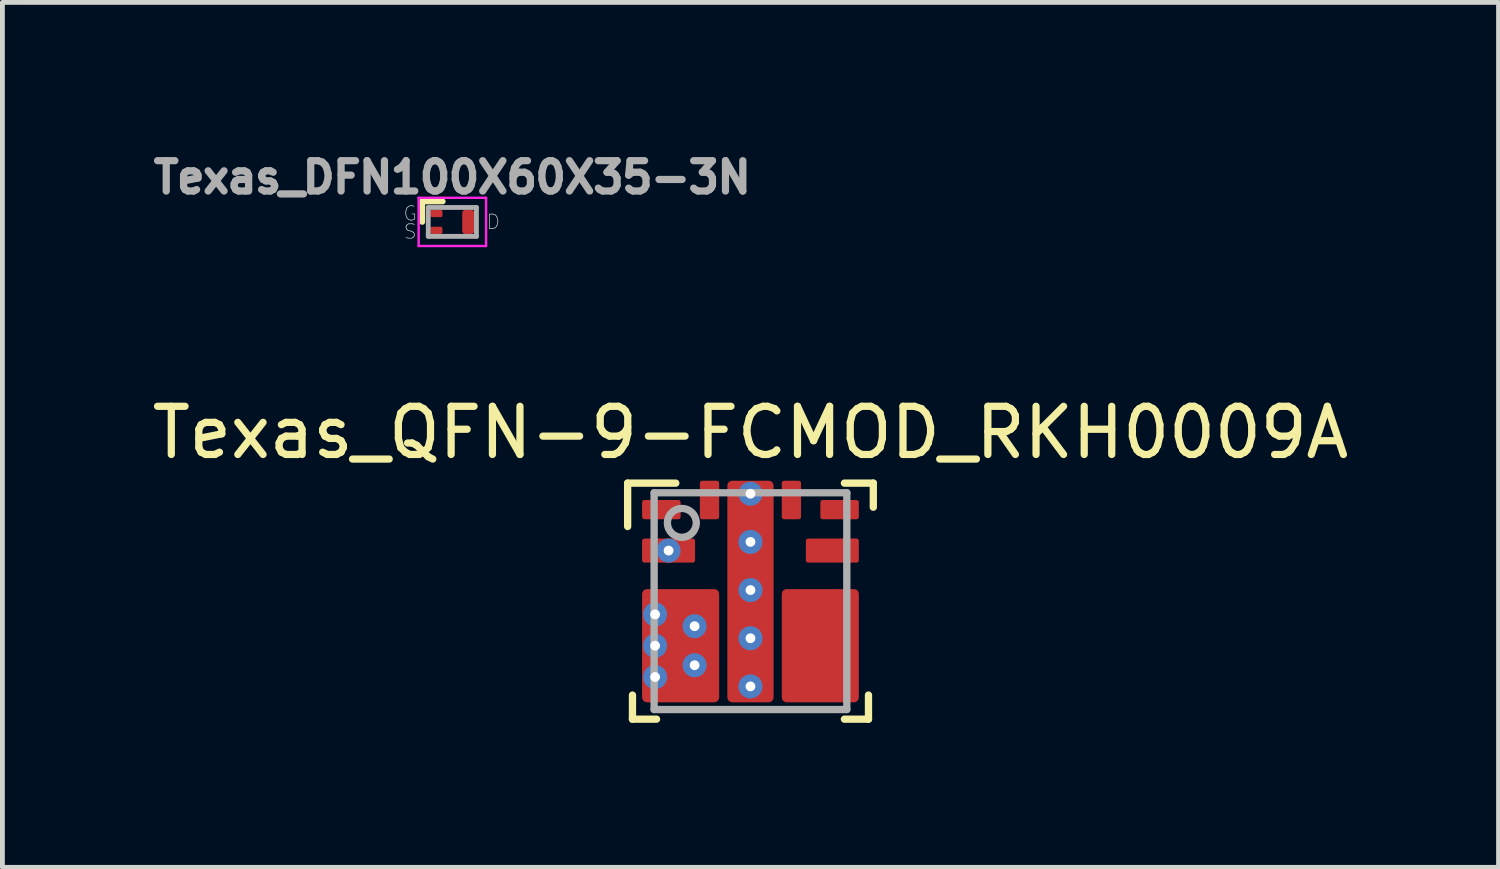
<source format=kicad_pcb>
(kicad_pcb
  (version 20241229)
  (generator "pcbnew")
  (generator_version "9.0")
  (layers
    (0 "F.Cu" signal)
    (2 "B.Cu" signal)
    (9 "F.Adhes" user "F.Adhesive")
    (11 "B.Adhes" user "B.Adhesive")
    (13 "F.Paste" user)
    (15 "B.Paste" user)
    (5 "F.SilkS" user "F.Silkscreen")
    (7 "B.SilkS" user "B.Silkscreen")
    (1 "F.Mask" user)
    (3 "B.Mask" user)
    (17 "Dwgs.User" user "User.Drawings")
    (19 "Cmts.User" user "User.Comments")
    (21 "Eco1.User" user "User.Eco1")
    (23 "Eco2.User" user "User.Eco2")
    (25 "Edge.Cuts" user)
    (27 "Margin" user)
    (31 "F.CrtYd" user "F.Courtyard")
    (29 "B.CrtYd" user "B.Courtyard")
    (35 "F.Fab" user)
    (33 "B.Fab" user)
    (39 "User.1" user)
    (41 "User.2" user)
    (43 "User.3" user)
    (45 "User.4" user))
  (footprint "Texas_DFN100X60X35-3N"
    (layer "F.Cu")
    (at 6.341 1.557)
    (property "Reference" "Texas_DFN100X60X35-3N" (at 0 -0.925 0) (layer "F.Fab") (effects (font (size 0.63 0.63) (thickness 0.15))))
    (attr smd)
    (fp_line (start -0.625 -0.425) (end -0.625 0) (stroke (width 0.12) (type solid)) (layer "F.SilkS"))
    (fp_line (start -0.2 -0.425) (end -0.625 -0.425) (stroke (width 0.12) (type solid)) (layer "F.SilkS"))
    (fp_line (start -0.7 -0.5) (end 0.7 -0.5) (stroke (width 0.05) (type solid)) (layer "F.CrtYd"))
    (fp_line (start -0.7 0.5) (end -0.7 -0.5) (stroke (width 0.05) (type solid)) (layer "F.CrtYd"))
    (fp_line (start 0.7 -0.5) (end 0.7 0.5) (stroke (width 0.05) (type solid)) (layer "F.CrtYd"))
    (fp_line (start 0.7 0.5) (end -0.7 0.5) (stroke (width 0.05) (type solid)) (layer "F.CrtYd"))
    (fp_line (start -0.5 -0.3) (end 0.5 -0.3) (stroke (width 0.1) (type solid)) (layer "F.Fab"))
    (fp_line (start -0.5 0.3) (end -0.5 -0.3) (stroke (width 0.1) (type solid)) (layer "F.Fab"))
    (fp_line (start 0.5 -0.3) (end 0.5 0.3) (stroke (width 0.1) (type solid)) (layer "F.Fab"))
    (fp_line (start 0.5 0.3) (end -0.5 0.3) (stroke (width 0.1) (type solid)) (layer "F.Fab"))
    (fp_text user "S" (at -0.875 0.2 0) (unlocked yes) (layer "Dwgs.User") (effects (font (size 0.3 0.3) (thickness 0.015))))
    (fp_text user "G" (at -0.875 -0.175 0) (unlocked yes) (layer "Dwgs.User") (effects (font (size 0.3 0.3) (thickness 0.015))))
    (fp_text user "D" (at 0.85 0 0) (unlocked yes) (layer "Dwgs.User") (effects (font (size 0.3 0.3) (thickness 0.015))))
    (pad "1" smd roundrect (at -0.33 -0.174) (size 0.25 0.15) (layers "F.Cu" "F.Mask" "F.Paste") (roundrect_rratio 0.25))
    (pad "2" smd roundrect (at -0.33 0.175) (size 0.25 0.15) (layers "F.Cu" "F.Mask" "F.Paste") (roundrect_rratio 0.25))
    (pad "3" smd roundrect (at 0.33 0) (size 0.25 0.5) (layers "F.Cu" "F.Mask" "F.Paste") (roundrect_rratio 0.25)))
  (footprint "Texas_QFN-9-FCMOD_RKH0009A"
    (layer "F.Cu")
    (at 12.53 9.43)
    (property "Reference" "Texas_QFN-9-FCMOD_RKH0009A" (at 0 -3.5 0) (layer "F.SilkS") (effects (font (size 1 1) (thickness 0.15))))
    (attr smd)
    (fp_poly (pts (xy -0.7 2.05) (xy -2.02 2.05) (xy -2.02 1.75) (xy -1.835 1.75) (xy -1.835 1.4) (xy -2.02 1.4) (xy -2.02 1.1) (xy -1.835 1.1) (xy -1.835 0.75) (xy -2.02 0.75) (xy -2.02 0.45) (xy -1.835 0.45) (xy -1.835 0.1) (xy -2.02 0.1) (xy -2.02 -0.2) (xy -0.7 -0.2)) (stroke (width 0) (type solid)) (fill yes) (layer "F.Mask"))
    (fp_poly (pts (xy 0.7 2.05) (xy 2.02 2.05) (xy 2.02 1.75) (xy 1.835 1.75) (xy 1.835 1.4) (xy 2.02 1.4) (xy 2.02 1.1) (xy 1.835 1.1) (xy 1.835 0.75) (xy 2.02 0.75) (xy 2.02 0.45) (xy 1.835 0.45) (xy 1.835 0.1) (xy 2.02 0.1) (xy 2.02 -0.2) (xy 0.7 -0.2)) (stroke (width 0) (type solid)) (fill yes) (layer "F.Mask"))
    (fp_line (start -2.55 -2.45) (end -1.55 -2.45) (stroke (width 0.152) (type solid)) (layer "F.SilkS"))
    (fp_line (start -2.55 -1.55) (end -2.55 -2.45) (stroke (width 0.152) (type solid)) (layer "F.SilkS"))
    (fp_line (start -2.45 2.45) (end -2.45 1.95) (stroke (width 0.152) (type solid)) (layer "F.SilkS"))
    (fp_line (start -2.45 2.45) (end -1.95 2.45) (stroke (width 0.152) (type solid)) (layer "F.SilkS"))
    (fp_line (start 1.95 -2.45) (end 2.55 -2.45) (stroke (width 0.152) (type solid)) (layer "F.SilkS"))
    (fp_line (start 1.95 2.45) (end 2.45 2.45) (stroke (width 0.152) (type solid)) (layer "F.SilkS"))
    (fp_line (start 2.45 2.45) (end 2.45 1.95) (stroke (width 0.152) (type solid)) (layer "F.SilkS"))
    (fp_line (start 2.55 -1.95) (end 2.55 -2.45) (stroke (width 0.152) (type solid)) (layer "F.SilkS"))
    (fp_line (start -2 -2.25) (end 2 -2.25) (stroke (width 0.152) (type solid)) (layer "F.Fab"))
    (fp_line (start -2 2.25) (end -2 -2.25) (stroke (width 0.152) (type solid)) (layer "F.Fab"))
    (fp_line (start -2 2.25) (end 2 2.25) (stroke (width 0.152) (type solid)) (layer "F.Fab"))
    (fp_line (start 2 2.25) (end 2 -2.25) (stroke (width 0.152) (type solid)) (layer "F.Fab"))
    (fp_circle (center -1.425 -1.625) (end -1.125 -1.625) (stroke (width 0.152) (type solid)) (fill no) (layer "F.Fab"))
    (pad "1" smd roundrect (at -1.85 -1.9) (size 0.8 0.4) (layers "F.Cu" "F.Mask" "F.Paste") (roundrect_rratio 0.125))
    (pad "2" thru_hole circle (at -1.7 -1.05) (size 0.5 0.5) (drill 0.203) (layers "*.Cu"))
    (pad "2" smd roundrect (at -1.7 -1.05) (size 1.1 0.5) (layers "F.Cu" "F.Mask" "F.Paste") (roundrect_rratio 0.1))
    (pad "3" smd roundrect (at -2.013 -0.05) (size 0.375 0.3) (layers "F.Cu" "F.Mask" "F.Paste") (roundrect_rratio 0.167))
    (pad "3" smd roundrect (at -2.013 0.6) (size 0.375 0.3) (layers "F.Cu" "F.Mask" "F.Paste") (roundrect_rratio 0.167))
    (pad "3" smd roundrect (at -2.013 1.25) (size 0.375 0.3) (layers "F.Cu" "F.Mask" "F.Paste") (roundrect_rratio 0.167))
    (pad "3" smd roundrect (at -2.013 1.9) (size 0.375 0.3) (layers "F.Cu" "F.Mask" "F.Paste") (roundrect_rratio 0.167))
    (pad "3" thru_hole circle (at -1.98 0.275) (size 0.5 0.5) (drill 0.203) (layers "*.Cu"))
    (pad "3" thru_hole circle (at -1.98 0.925) (size 0.5 0.5) (drill 0.203) (layers "*.Cu"))
    (pad "3" thru_hole circle (at -1.98 1.575) (size 0.5 0.5) (drill 0.203) (layers "*.Cu"))
    (pad "3" smd roundrect (at -1.45 0.925) (size 1.6 2.35) (layers "F.Cu") (roundrect_rratio 0.063))
    (pad "3" smd roundrect (at -1.165 0.115) (size 0.92 0.61) (layers "F.Cu" "F.Mask" "F.Paste") (roundrect_rratio 0.082))
    (pad "3" smd roundrect (at -1.165 0.925) (size 0.92 0.61) (layers "F.Cu" "F.Mask" "F.Paste") (roundrect_rratio 0.082))
    (pad "3" smd roundrect (at -1.165 1.735) (size 0.92 0.61) (layers "F.Cu" "F.Mask" "F.Paste") (roundrect_rratio 0.082))
    (pad "3" thru_hole circle (at -1.16 0.52) (size 0.5 0.5) (drill 0.203) (layers "*.Cu"))
    (pad "3" thru_hole circle (at -1.16 1.33) (size 0.5 0.5) (drill 0.203) (layers "*.Cu"))
    (pad "3" smd roundrect (at 2.013 -0.05) (size 0.375 0.3) (layers "F.Cu" "F.Mask" "F.Paste") (roundrect_rratio 0.167))
    (pad "3" smd roundrect (at 2.013 0.6) (size 0.375 0.3) (layers "F.Cu" "F.Mask" "F.Paste") (roundrect_rratio 0.167))
    (pad "3" smd roundrect (at 2.013 1.25) (size 0.375 0.3) (layers "F.Cu" "F.Mask" "F.Paste") (roundrect_rratio 0.167))
    (pad "3" smd roundrect (at 2.013 1.9) (size 0.375 0.3) (layers "F.Cu" "F.Mask" "F.Paste") (roundrect_rratio 0.167))
    (pad "4" smd roundrect (at 1.165 0.115) (size 0.92 0.61) (layers "F.Cu" "F.Mask" "F.Paste") (roundrect_rratio 0.082))
    (pad "4" smd roundrect (at 1.165 0.925) (size 0.92 0.61) (layers "F.Cu" "F.Mask" "F.Paste") (roundrect_rratio 0.082))
    (pad "4" smd roundrect (at 1.165 1.735) (size 0.92 0.61) (layers "F.Cu" "F.Mask" "F.Paste") (roundrect_rratio 0.082))
    (pad "4" smd roundrect (at 1.45 0.925) (size 1.6 2.35) (layers "F.Cu") (roundrect_rratio 0.063))
    (pad "5" smd roundrect (at 1.7 -1.05) (size 1.1 0.5) (layers "F.Cu" "F.Mask" "F.Paste") (roundrect_rratio 0.1))
    (pad "6" smd roundrect (at 1.85 -1.9) (size 0.8 0.4) (layers "F.Cu" "F.Mask" "F.Paste") (roundrect_rratio 0.125))
    (pad "7" smd roundrect (at 0.85 -2.1 90) (size 0.8 0.4) (layers "F.Cu" "F.Mask" "F.Paste") (roundrect_rratio 0.125))
    (pad "8" thru_hole circle (at 0 -2.23) (size 0.5 0.5) (drill 0.203) (layers "*.Cu"))
    (pad "8" smd roundrect (at 0 -1.95 90) (size 1 0.4) (layers "F.Cu" "F.Mask" "F.Paste") (roundrect_rratio 0.091))
    (pad "8" thru_hole circle (at 0 -1.23) (size 0.5 0.5) (drill 0.203) (layers "*.Cu"))
    (pad "8" thru_hole circle (at 0 -0.23) (size 0.5 0.5) (drill 0.203) (layers "*.Cu"))
    (pad "8" smd roundrect (at 0 -0.2) (size 0.96 4.6) (layers "F.Cu") (roundrect_rratio 0.104))
    (pad "8" thru_hole circle (at 0 0.77) (size 0.5 0.5) (drill 0.203) (layers "*.Cu"))
    (pad "8" thru_hole circle (at 0 1.77) (size 0.5 0.5) (drill 0.203) (layers "*.Cu"))
    (pad "9" smd roundrect (at -0.85 -2.1 90) (size 0.8 0.4) (layers "F.Cu" "F.Mask" "F.Paste") (roundrect_rratio 0.125))
    (zone (net_name "") (layer "F.Cu") (hatch edge 0.508) (connect_pads) (min_thickness 0.254) (filled_areas_thickness no) (fill) (polygon (pts (xy 10.655 9.23) (xy 10.705 9.28) (xy 10.705 9.48) (xy 10.655 9.53) (xy 10.38 9.53) (xy 10.33 9.48) (xy 10.33 9.28) (xy 10.38 9.23)))))
  (gr_rect
    (start -3 -3)
    (end 28.06 14.956)
    (stroke (width 0.1) (type default))
    (fill no)
    (layer "Edge.Cuts")))
</source>
